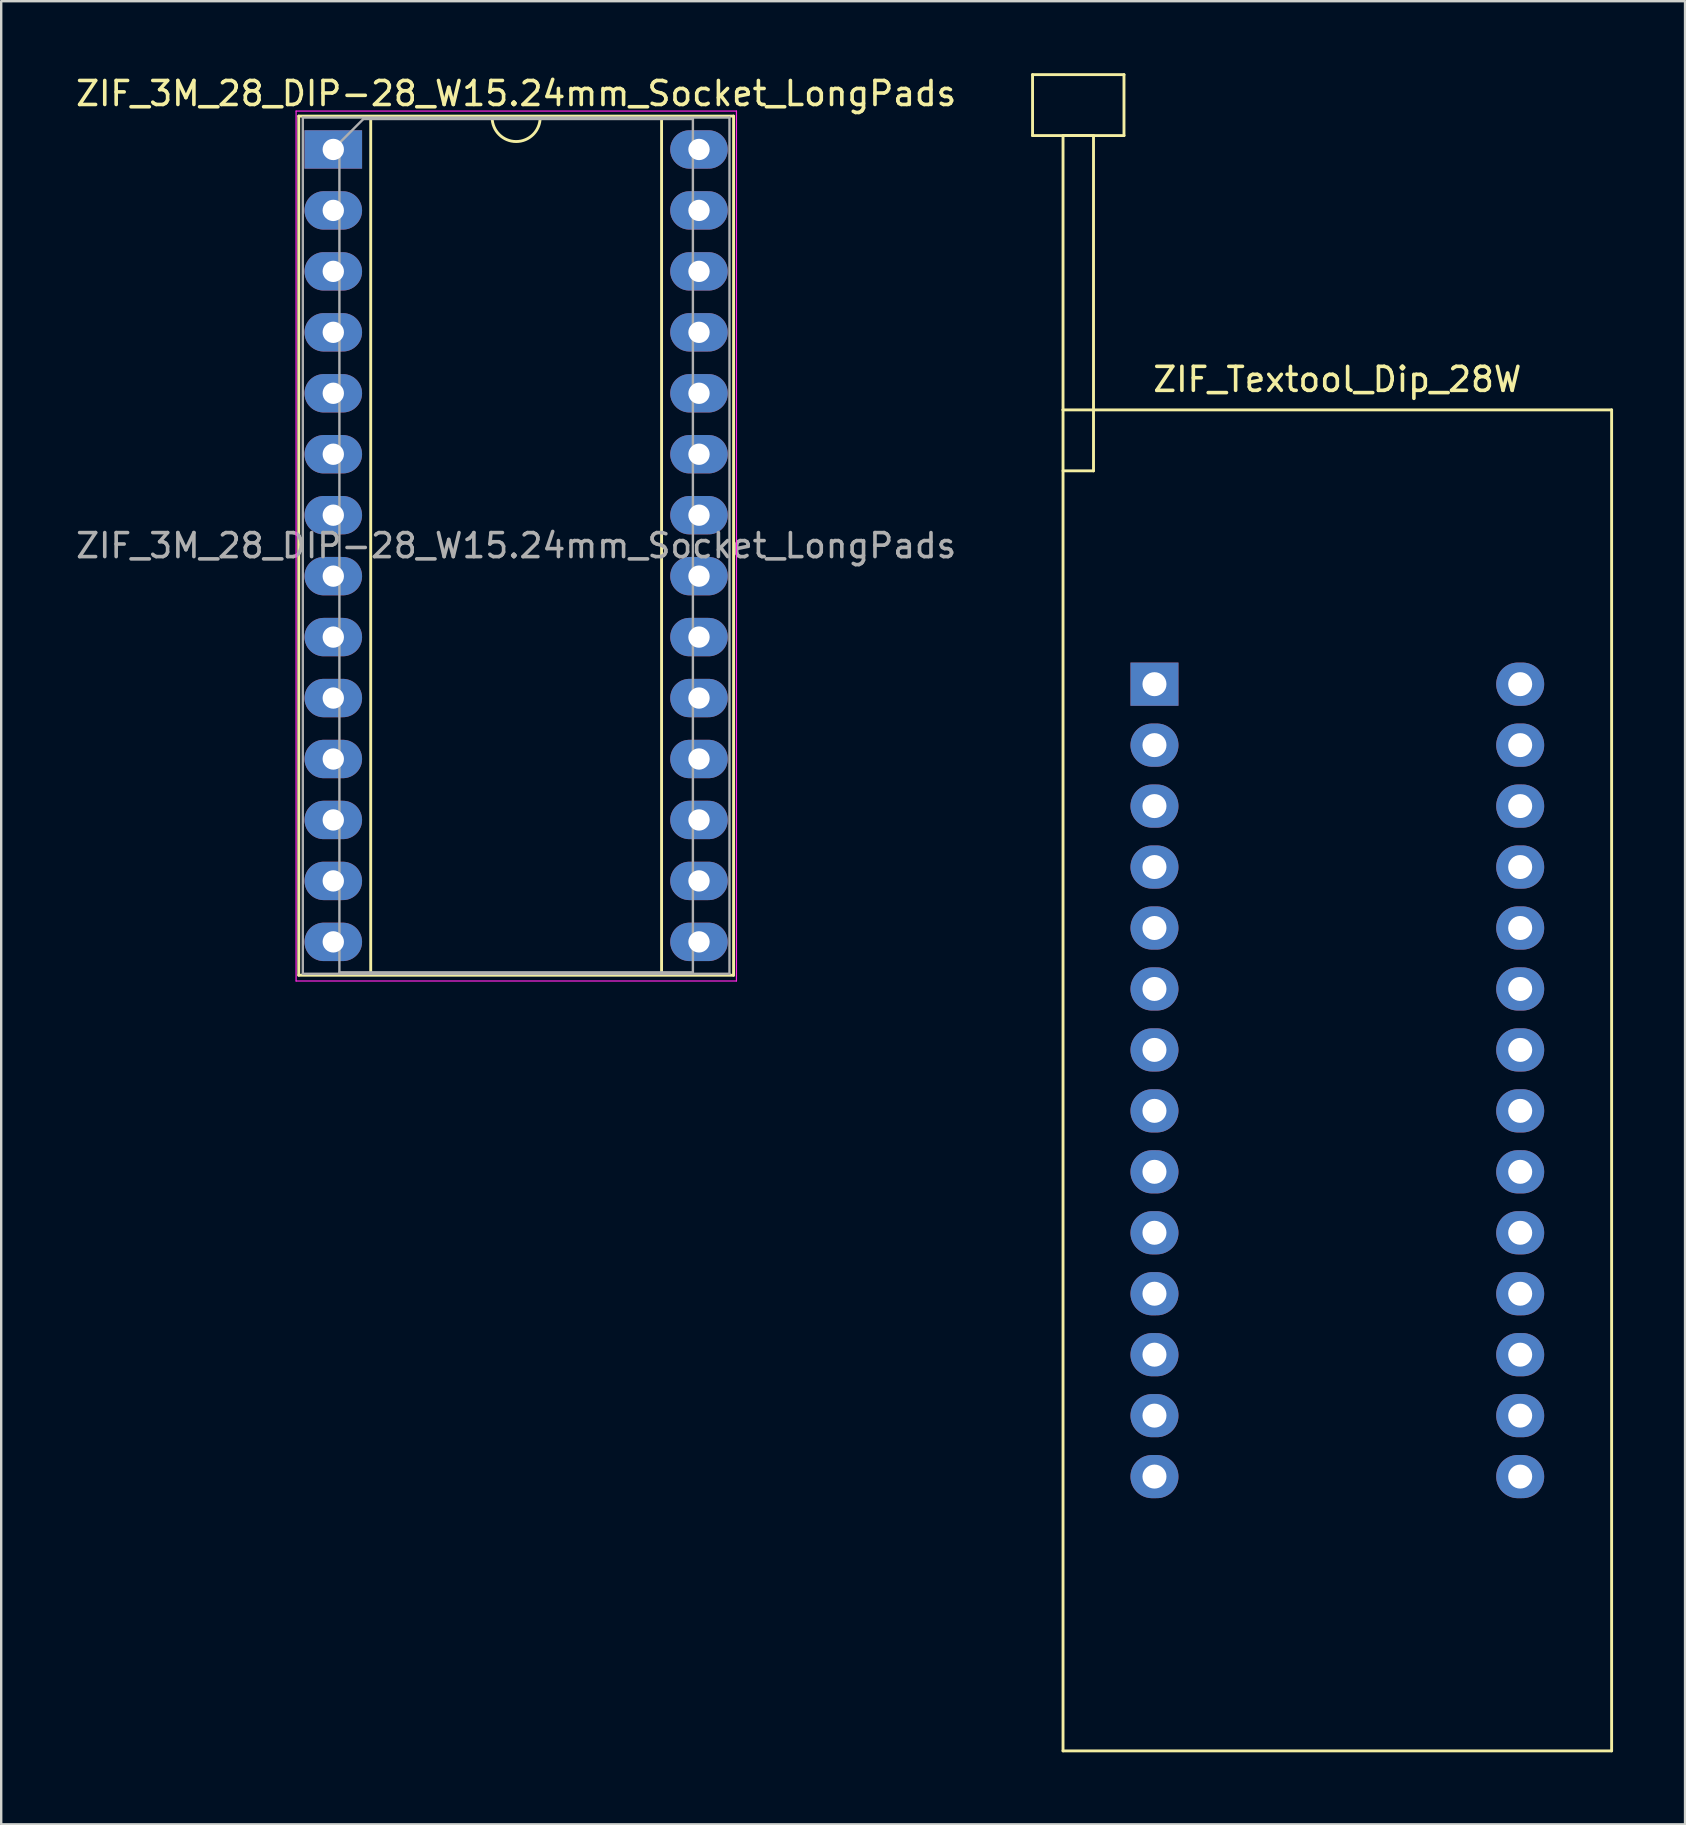
<source format=kicad_pcb>
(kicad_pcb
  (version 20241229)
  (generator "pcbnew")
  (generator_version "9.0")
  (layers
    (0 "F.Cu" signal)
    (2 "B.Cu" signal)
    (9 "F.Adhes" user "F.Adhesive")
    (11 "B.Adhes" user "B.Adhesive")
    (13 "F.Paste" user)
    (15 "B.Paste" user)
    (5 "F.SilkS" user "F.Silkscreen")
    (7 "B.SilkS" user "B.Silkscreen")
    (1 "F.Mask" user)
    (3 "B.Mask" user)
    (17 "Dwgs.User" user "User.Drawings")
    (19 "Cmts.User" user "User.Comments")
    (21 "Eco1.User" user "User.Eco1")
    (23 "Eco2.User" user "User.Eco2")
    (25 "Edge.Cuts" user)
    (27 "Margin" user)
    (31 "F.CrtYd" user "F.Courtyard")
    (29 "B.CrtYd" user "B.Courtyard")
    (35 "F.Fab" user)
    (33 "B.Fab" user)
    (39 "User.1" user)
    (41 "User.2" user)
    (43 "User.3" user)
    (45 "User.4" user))
  (footprint "ZIF_3M_28_DIP-28_W15.24mm_Socket_LongPads"
    (layer "F.Cu")
    (at 10.838 3.178)
    (property "Reference" "ZIF_3M_28_DIP-28_W15.24mm_Socket_LongPads" (at 7.62 -2.33 0) (layer "F.SilkS") (effects (font (size 1 1) (thickness 0.15))))
    (attr through_hole)
    (fp_line (start -1.44 -1.39) (end -1.44 34.41) (stroke (width 0.12) (type solid)) (layer "F.SilkS"))
    (fp_line (start -1.44 34.41) (end 16.68 34.41) (stroke (width 0.12) (type solid)) (layer "F.SilkS"))
    (fp_line (start 1.56 -1.33) (end 1.56 34.35) (stroke (width 0.12) (type solid)) (layer "F.SilkS"))
    (fp_line (start 1.56 34.35) (end 13.68 34.35) (stroke (width 0.12) (type solid)) (layer "F.SilkS"))
    (fp_line (start 6.62 -1.33) (end 1.56 -1.33) (stroke (width 0.12) (type solid)) (layer "F.SilkS"))
    (fp_line (start 13.68 -1.33) (end 8.62 -1.33) (stroke (width 0.12) (type solid)) (layer "F.SilkS"))
    (fp_line (start 13.68 34.35) (end 13.68 -1.33) (stroke (width 0.12) (type solid)) (layer "F.SilkS"))
    (fp_line (start 16.68 -1.39) (end -1.44 -1.39) (stroke (width 0.12) (type solid)) (layer "F.SilkS"))
    (fp_line (start 16.68 34.41) (end 16.68 -1.39) (stroke (width 0.12) (type solid)) (layer "F.SilkS"))
    (fp_arc (start 8.62 -1.33) (mid 7.62 -0.33) (end 6.62 -1.33) (stroke (width 0.12) (type solid)) (layer "F.SilkS"))
    (fp_line (start -1.55 -1.6) (end -1.55 34.65) (stroke (width 0.05) (type solid)) (layer "F.CrtYd"))
    (fp_line (start -1.55 34.65) (end 16.8 34.65) (stroke (width 0.05) (type solid)) (layer "F.CrtYd"))
    (fp_line (start 16.8 -1.6) (end -1.55 -1.6) (stroke (width 0.05) (type solid)) (layer "F.CrtYd"))
    (fp_line (start 16.8 34.65) (end 16.8 -1.6) (stroke (width 0.05) (type solid)) (layer "F.CrtYd"))
    (fp_line (start -1.27 -1.33) (end -1.27 34.35) (stroke (width 0.1) (type solid)) (layer "F.Fab"))
    (fp_line (start -1.27 34.35) (end 16.51 34.35) (stroke (width 0.1) (type solid)) (layer "F.Fab"))
    (fp_line (start 0.255 -0.27) (end 1.255 -1.27) (stroke (width 0.1) (type solid)) (layer "F.Fab"))
    (fp_line (start 0.255 34.29) (end 0.255 -0.27) (stroke (width 0.1) (type solid)) (layer "F.Fab"))
    (fp_line (start 1.255 -1.27) (end 14.985 -1.27) (stroke (width 0.1) (type solid)) (layer "F.Fab"))
    (fp_line (start 14.985 -1.27) (end 14.985 34.29) (stroke (width 0.1) (type solid)) (layer "F.Fab"))
    (fp_line (start 14.985 34.29) (end 0.255 34.29) (stroke (width 0.1) (type solid)) (layer "F.Fab"))
    (fp_line (start 16.51 -1.33) (end -1.27 -1.33) (stroke (width 0.1) (type solid)) (layer "F.Fab"))
    (fp_line (start 16.51 34.35) (end 16.51 -1.33) (stroke (width 0.1) (type solid)) (layer "F.Fab"))
    (fp_text user "${REFERENCE}" (at 7.62 16.51 0) (layer "F.Fab") (effects (font (size 1 1) (thickness 0.15))))
    (pad "1" thru_hole rect (at 0 0) (size 2.4 1.6) (drill 0.889) (layers "*.Cu" "*.Mask"))
    (pad "2" thru_hole oval (at 0 2.54) (size 2.4 1.6) (drill 0.889) (layers "*.Cu" "*.Mask"))
    (pad "3" thru_hole oval (at 0 5.08) (size 2.4 1.6) (drill 0.889) (layers "*.Cu" "*.Mask"))
    (pad "4" thru_hole oval (at 0 7.62) (size 2.4 1.6) (drill 0.889) (layers "*.Cu" "*.Mask"))
    (pad "5" thru_hole oval (at 0 10.16) (size 2.4 1.6) (drill 0.889) (layers "*.Cu" "*.Mask"))
    (pad "6" thru_hole oval (at 0 12.7) (size 2.4 1.6) (drill 0.889) (layers "*.Cu" "*.Mask"))
    (pad "7" thru_hole oval (at 0 15.24) (size 2.4 1.6) (drill 0.889) (layers "*.Cu" "*.Mask"))
    (pad "8" thru_hole oval (at 0 17.78) (size 2.4 1.6) (drill 0.889) (layers "*.Cu" "*.Mask"))
    (pad "9" thru_hole oval (at 0 20.32) (size 2.4 1.6) (drill 0.889) (layers "*.Cu" "*.Mask"))
    (pad "10" thru_hole oval (at 0 22.86) (size 2.4 1.6) (drill 0.889) (layers "*.Cu" "*.Mask"))
    (pad "11" thru_hole oval (at 0 25.4) (size 2.4 1.6) (drill 0.889) (layers "*.Cu" "*.Mask"))
    (pad "12" thru_hole oval (at 0 27.94) (size 2.4 1.6) (drill 0.889) (layers "*.Cu" "*.Mask"))
    (pad "13" thru_hole oval (at 0 30.48) (size 2.4 1.6) (drill 0.889) (layers "*.Cu" "*.Mask"))
    (pad "14" thru_hole oval (at 0 33.02) (size 2.4 1.6) (drill 0.889) (layers "*.Cu" "*.Mask"))
    (pad "15" thru_hole oval (at 15.24 33.02) (size 2.4 1.6) (drill 0.889) (layers "*.Cu" "*.Mask"))
    (pad "16" thru_hole oval (at 15.24 30.48) (size 2.4 1.6) (drill 0.889) (layers "*.Cu" "*.Mask"))
    (pad "17" thru_hole oval (at 15.24 27.94) (size 2.4 1.6) (drill 0.889) (layers "*.Cu" "*.Mask"))
    (pad "18" thru_hole oval (at 15.24 25.4) (size 2.4 1.6) (drill 0.889) (layers "*.Cu" "*.Mask"))
    (pad "19" thru_hole oval (at 15.24 22.86) (size 2.4 1.6) (drill 0.889) (layers "*.Cu" "*.Mask"))
    (pad "20" thru_hole oval (at 15.24 20.32) (size 2.4 1.6) (drill 0.889) (layers "*.Cu" "*.Mask"))
    (pad "21" thru_hole oval (at 15.24 17.78) (size 2.4 1.6) (drill 0.889) (layers "*.Cu" "*.Mask"))
    (pad "22" thru_hole oval (at 15.24 15.24) (size 2.4 1.6) (drill 0.889) (layers "*.Cu" "*.Mask"))
    (pad "23" thru_hole oval (at 15.24 12.7) (size 2.4 1.6) (drill 0.889) (layers "*.Cu" "*.Mask"))
    (pad "24" thru_hole oval (at 15.24 10.16) (size 2.4 1.6) (drill 0.889) (layers "*.Cu" "*.Mask"))
    (pad "25" thru_hole oval (at 15.24 7.62) (size 2.4 1.6) (drill 0.889) (layers "*.Cu" "*.Mask"))
    (pad "26" thru_hole oval (at 15.24 5.08) (size 2.4 1.6) (drill 0.889) (layers "*.Cu" "*.Mask"))
    (pad "27" thru_hole oval (at 15.24 2.54) (size 2.4 1.6) (drill 0.889) (layers "*.Cu" "*.Mask"))
    (pad "28" thru_hole oval (at 15.24 0) (size 2.4 1.6) (drill 0.889) (layers "*.Cu" "*.Mask")))
  (footprint "ZIF_Textool_Dip_28W"
    (layer "F.Cu")
    (at 45.057 25.46)
    (property "Reference" "ZIF_Textool_Dip_28W" (at 7.62 -12.7 0) (layer "F.SilkS") (effects (font (size 1 1) (thickness 0.15))))
    (attr through_hole)
    (fp_line (start -5.08 -25.4) (end -5.08 -22.86) (stroke (width 0.12) (type solid)) (layer "F.SilkS"))
    (fp_line (start -5.08 -22.86) (end -1.27 -22.86) (stroke (width 0.12) (type solid)) (layer "F.SilkS"))
    (fp_line (start -3.81 -22.86) (end -2.54 -22.86) (stroke (width 0.12) (type solid)) (layer "F.SilkS"))
    (fp_line (start -3.81 -11.43) (end -3.81 -22.86) (stroke (width 0.12) (type solid)) (layer "F.SilkS"))
    (fp_line (start -3.81 -11.43) (end 19.05 -11.43) (stroke (width 0.12) (type solid)) (layer "F.SilkS"))
    (fp_line (start -3.81 44.45) (end -3.81 -11.43) (stroke (width 0.12) (type solid)) (layer "F.SilkS"))
    (fp_line (start -2.54 -22.86) (end -2.54 -8.89) (stroke (width 0.12) (type solid)) (layer "F.SilkS"))
    (fp_line (start -2.54 -8.89) (end -3.81 -8.89) (stroke (width 0.12) (type solid)) (layer "F.SilkS"))
    (fp_line (start -1.27 -25.4) (end -5.08 -25.4) (stroke (width 0.12) (type solid)) (layer "F.SilkS"))
    (fp_line (start -1.27 -22.86) (end -1.27 -25.4) (stroke (width 0.12) (type solid)) (layer "F.SilkS"))
    (fp_line (start 19.05 -11.43) (end 19.05 44.45) (stroke (width 0.12) (type solid)) (layer "F.SilkS"))
    (fp_line (start 19.05 44.45) (end -3.81 44.45) (stroke (width 0.12) (type solid)) (layer "F.SilkS"))
    (pad "1" thru_hole rect (at 0 0) (size 2 1.8) (drill 1) (layers "*.Cu" "*.Mask"))
    (pad "2" thru_hole oval (at 0 2.54) (size 2 1.8) (drill 1) (layers "*.Cu" "*.Mask"))
    (pad "3" thru_hole oval (at 0 5.08) (size 2 1.8) (drill 1) (layers "*.Cu" "*.Mask"))
    (pad "4" thru_hole oval (at 0 7.62) (size 2 1.8) (drill 1) (layers "*.Cu" "*.Mask"))
    (pad "5" thru_hole oval (at 0 10.16) (size 2 1.8) (drill 1) (layers "*.Cu" "*.Mask"))
    (pad "6" thru_hole oval (at 0 12.7) (size 2 1.8) (drill 1) (layers "*.Cu" "*.Mask"))
    (pad "7" thru_hole oval (at 0 15.24) (size 2 1.8) (drill 1) (layers "*.Cu" "*.Mask"))
    (pad "8" thru_hole oval (at 0 17.78) (size 2 1.8) (drill 1) (layers "*.Cu" "*.Mask"))
    (pad "9" thru_hole oval (at 0 20.32) (size 2 1.8) (drill 1) (layers "*.Cu" "*.Mask"))
    (pad "10" thru_hole oval (at 0 22.86) (size 2 1.8) (drill 1) (layers "*.Cu" "*.Mask"))
    (pad "11" thru_hole oval (at 0 25.4) (size 2 1.8) (drill 1) (layers "*.Cu" "*.Mask"))
    (pad "12" thru_hole oval (at 0 27.94) (size 2 1.8) (drill 1) (layers "*.Cu" "*.Mask"))
    (pad "13" thru_hole oval (at 0 30.48) (size 2 1.8) (drill 1) (layers "*.Cu" "*.Mask"))
    (pad "14" thru_hole oval (at 0 33.02) (size 2 1.8) (drill 1) (layers "*.Cu" "*.Mask"))
    (pad "15" thru_hole oval (at 15.24 33.02) (size 2 1.8) (drill 1) (layers "*.Cu" "*.Mask"))
    (pad "16" thru_hole oval (at 15.24 30.48) (size 2 1.8) (drill 1) (layers "*.Cu" "*.Mask"))
    (pad "17" thru_hole oval (at 15.24 27.94) (size 2 1.8) (drill 1) (layers "*.Cu" "*.Mask"))
    (pad "18" thru_hole oval (at 15.24 25.4) (size 2 1.8) (drill 1) (layers "*.Cu" "*.Mask"))
    (pad "19" thru_hole oval (at 15.24 22.86) (size 2 1.8) (drill 1) (layers "*.Cu" "*.Mask"))
    (pad "20" thru_hole oval (at 15.24 20.32) (size 2 1.8) (drill 1) (layers "*.Cu" "*.Mask"))
    (pad "21" thru_hole oval (at 15.24 17.78) (size 2 1.8) (drill 1) (layers "*.Cu" "*.Mask"))
    (pad "22" thru_hole oval (at 15.24 15.24) (size 2 1.8) (drill 1) (layers "*.Cu" "*.Mask"))
    (pad "23" thru_hole oval (at 15.24 12.7) (size 2 1.8) (drill 1) (layers "*.Cu" "*.Mask"))
    (pad "24" thru_hole oval (at 15.24 10.16) (size 2 1.8) (drill 1) (layers "*.Cu" "*.Mask"))
    (pad "25" thru_hole oval (at 15.24 7.62) (size 2 1.8) (drill 1) (layers "*.Cu" "*.Mask"))
    (pad "26" thru_hole oval (at 15.24 5.08) (size 2 1.8) (drill 1) (layers "*.Cu" "*.Mask"))
    (pad "27" thru_hole oval (at 15.24 2.54) (size 2 1.8) (drill 1) (layers "*.Cu" "*.Mask"))
    (pad "28" thru_hole oval (at 15.24 0) (size 2 1.8) (drill 1) (layers "*.Cu" "*.Mask")))
  (gr_rect
    (start -3 -3)
    (end 67.167 72.97)
    (stroke (width 0.1) (type default))
    (fill no)
    (layer "Edge.Cuts")))
</source>
